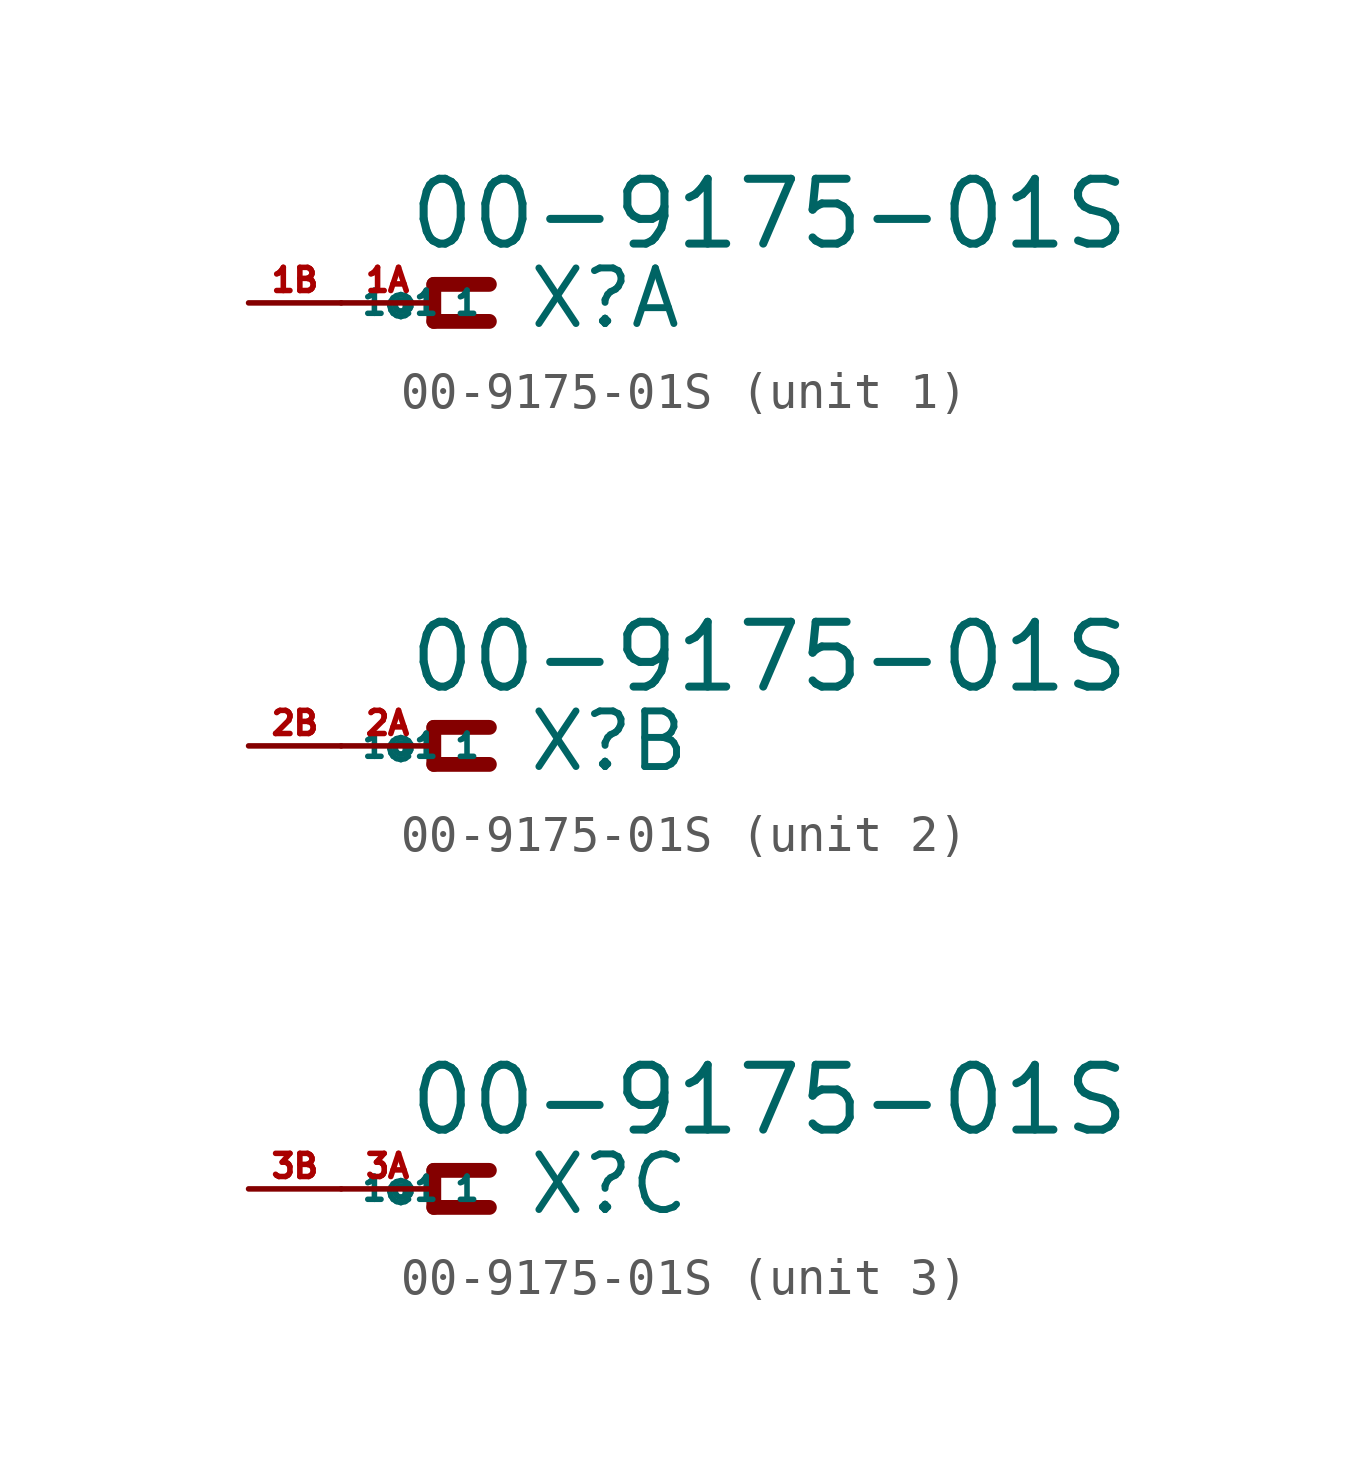
<source format=kicad_sym>
(kicad_symbol_lib
  (version 20220914)
  (generator Eagle2Kicad)
  (symbol "00-9175-01S"
    (property "Reference" "X"
      (at 2.54 -0.762 0)
      (effects (font (size 1.524 1.524) (thickness 0.19)) (justify left bottom)))
    (property "Value" "00-9175-01S"
      (at -0.762 1.397 0)
      (effects (font (size 1.778 1.778) (thickness 0.22)) (justify left bottom)))
    (symbol "00-9175-01S_1_0"
      (polyline (pts (xy 1.524 -0.508) (xy 0 -0.508)) (stroke (width 0.406) (type default)) (fill (type none)))
      (polyline (pts (xy 1.524 0.508) (xy 0 0.508)) (stroke (width 0.406) (type default)) (fill (type none)))
      (polyline (pts (xy 0 0.508) (xy 0 -0.508)) (stroke (width 0.406) (type default)) (fill (type none)))
      (pin passive line (at -2.54 0 0) (length 2.54) (name "1" (effects (font (size 0.635 0.635) (thickness 0.08)) (justify left bottom))) (number "1A" (effects (font (size 0.635 0.635) (thickness 0.08)) (justify left bottom))))
      (pin passive line (at -5.08 0 0) (length 2.54) (name "1@1" (effects (font (size 0.635 0.635) (thickness 0.08)) (justify left bottom))) (number "1B" (effects (font (size 0.635 0.635) (thickness 0.08)) (justify left bottom)))))
    (symbol "00-9175-01S_2_0"
      (polyline (pts (xy 1.524 -0.508) (xy 0 -0.508)) (stroke (width 0.406) (type default)) (fill (type none)))
      (polyline (pts (xy 1.524 0.508) (xy 0 0.508)) (stroke (width 0.406) (type default)) (fill (type none)))
      (polyline (pts (xy 0 0.508) (xy 0 -0.508)) (stroke (width 0.406) (type default)) (fill (type none)))
      (pin passive line (at -2.54 0 0) (length 2.54) (name "1" (effects (font (size 0.635 0.635) (thickness 0.08)) (justify left bottom))) (number "2A" (effects (font (size 0.635 0.635) (thickness 0.08)) (justify left bottom))))
      (pin passive line (at -5.08 0 0) (length 2.54) (name "1@1" (effects (font (size 0.635 0.635) (thickness 0.08)) (justify left bottom))) (number "2B" (effects (font (size 0.635 0.635) (thickness 0.08)) (justify left bottom)))))
    (symbol "00-9175-01S_3_0"
      (polyline (pts (xy 1.524 -0.508) (xy 0 -0.508)) (stroke (width 0.406) (type default)) (fill (type none)))
      (polyline (pts (xy 1.524 0.508) (xy 0 0.508)) (stroke (width 0.406) (type default)) (fill (type none)))
      (polyline (pts (xy 0 0.508) (xy 0 -0.508)) (stroke (width 0.406) (type default)) (fill (type none)))
      (pin passive line (at -2.54 0 0) (length 2.54) (name "1" (effects (font (size 0.635 0.635) (thickness 0.08)) (justify left bottom))) (number "3A" (effects (font (size 0.635 0.635) (thickness 0.08)) (justify left bottom))))
      (pin passive line (at -5.08 0 0) (length 2.54) (name "1@1" (effects (font (size 0.635 0.635) (thickness 0.08)) (justify left bottom))) (number "3B" (effects (font (size 0.635 0.635) (thickness 0.08)) (justify left bottom)))))))
</source>
